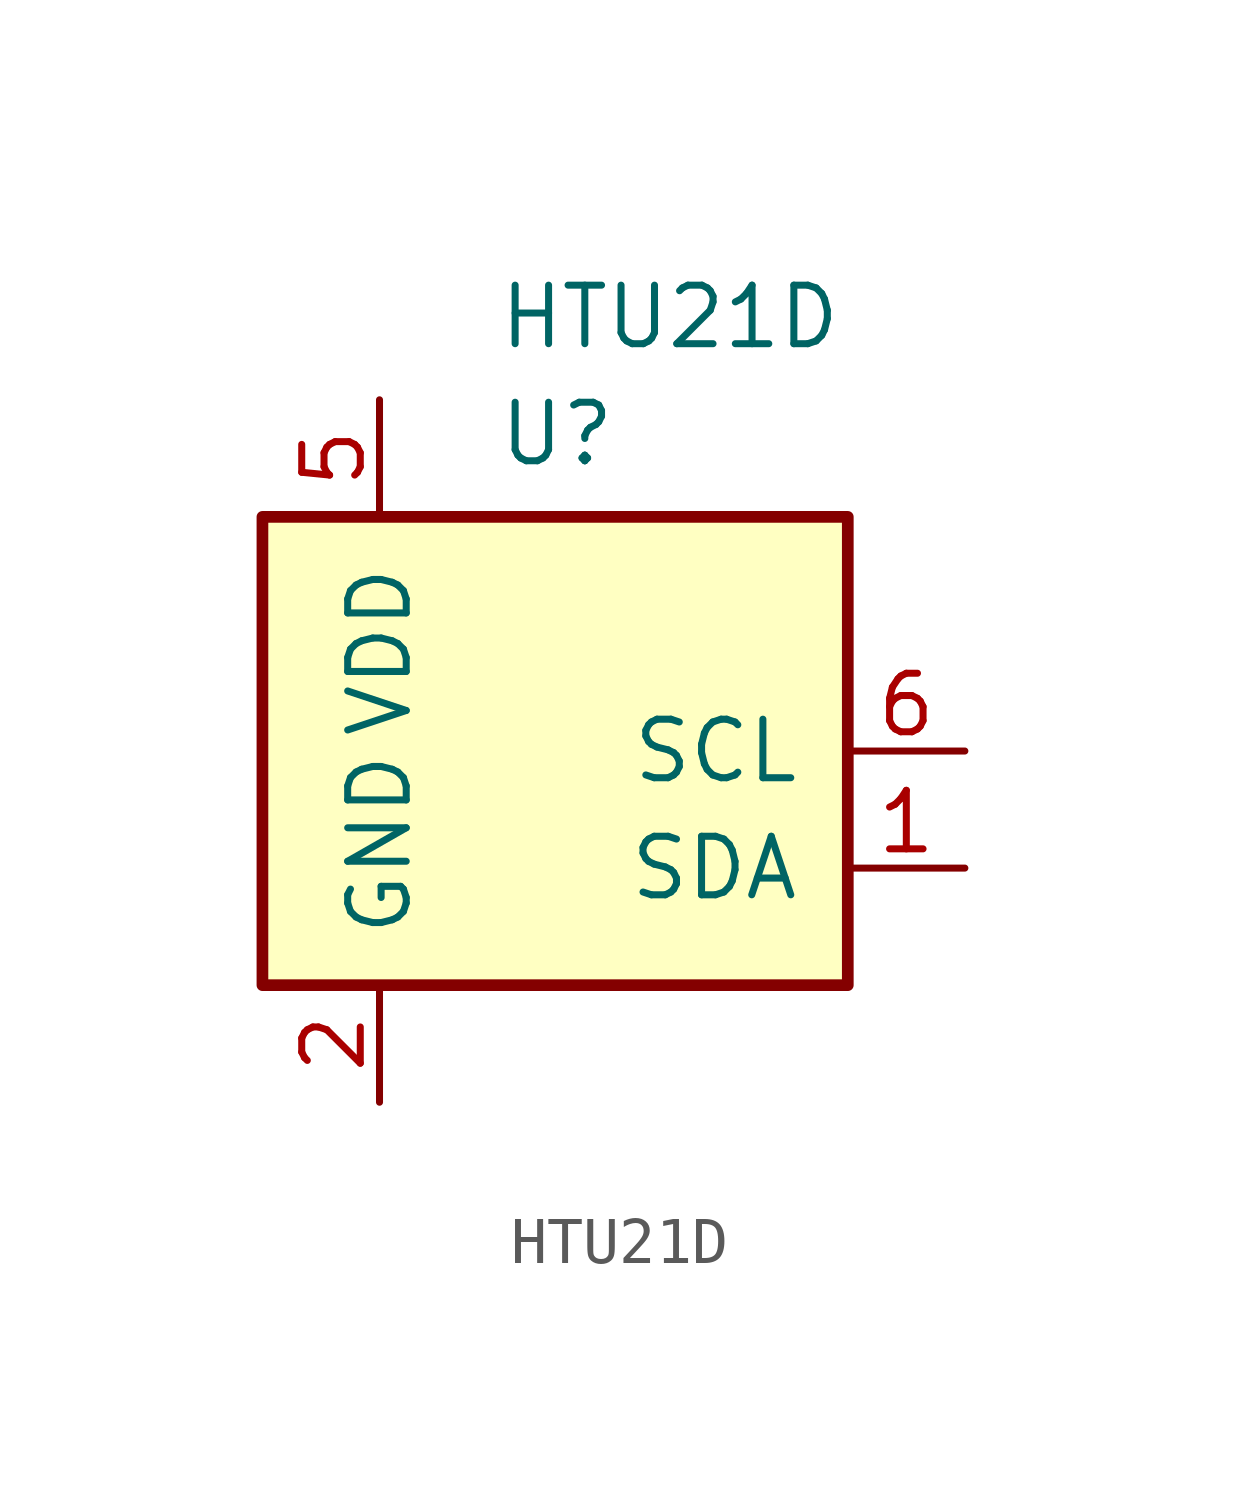
<source format=kicad_sym>
(kicad_symbol_lib
  (version 20220914)
  (generator kicad_symbol_editor)
  (symbol "HTU21D"
    (pin_names
      (offset 1.016))
    (property "Reference" "U"
      (at 0 7.62 0)
      (effects (font (size 1.27 1.27)) (justify left top)))
    (property "Value" "HTU21D"
      (at 0 10.16 0)
      (effects (font (size 1.27 1.27)) (justify left top)))
    (symbol "HTU21D_0_1"
      (rectangle (start -5.08 5.08) (end 7.62 -5.08) (stroke (width 0.254) (type default)) (fill (type background))))
    (symbol "HTU21D_1_0"
      (pin no_connect line (at 0 7.62 270) (length 2.54) hide (name "NC" (effects (font (size 1.27 1.27)))) (number "4" (effects (font (size 1.27 1.27))))))
    (symbol "HTU21D_1_1"
      (pin bidirectional line (at 10.16 -2.54 180) (length 2.54) (name "SDA" (effects (font (size 1.27 1.27)))) (number "1" (effects (font (size 1.27 1.27)))))
      (pin power_in line (at -2.54 -7.62 90) (length 2.54) (name "GND" (effects (font (size 1.27 1.27)))) (number "2" (effects (font (size 1.27 1.27)))))
      (pin no_connect line (at 0 -7.62 90) (length 2.54) hide (name "NC" (effects (font (size 1.27 1.27)))) (number "3" (effects (font (size 1.27 1.27)))))
      (pin power_in line (at -2.54 7.62 270) (length 2.54) (name "VDD" (effects (font (size 1.27 1.27)))) (number "5" (effects (font (size 1.27 1.27)))))
      (pin input line (at 10.16 0 180) (length 2.54) (name "SCL" (effects (font (size 1.27 1.27)))) (number "6" (effects (font (size 1.27 1.27))))))))
</source>
